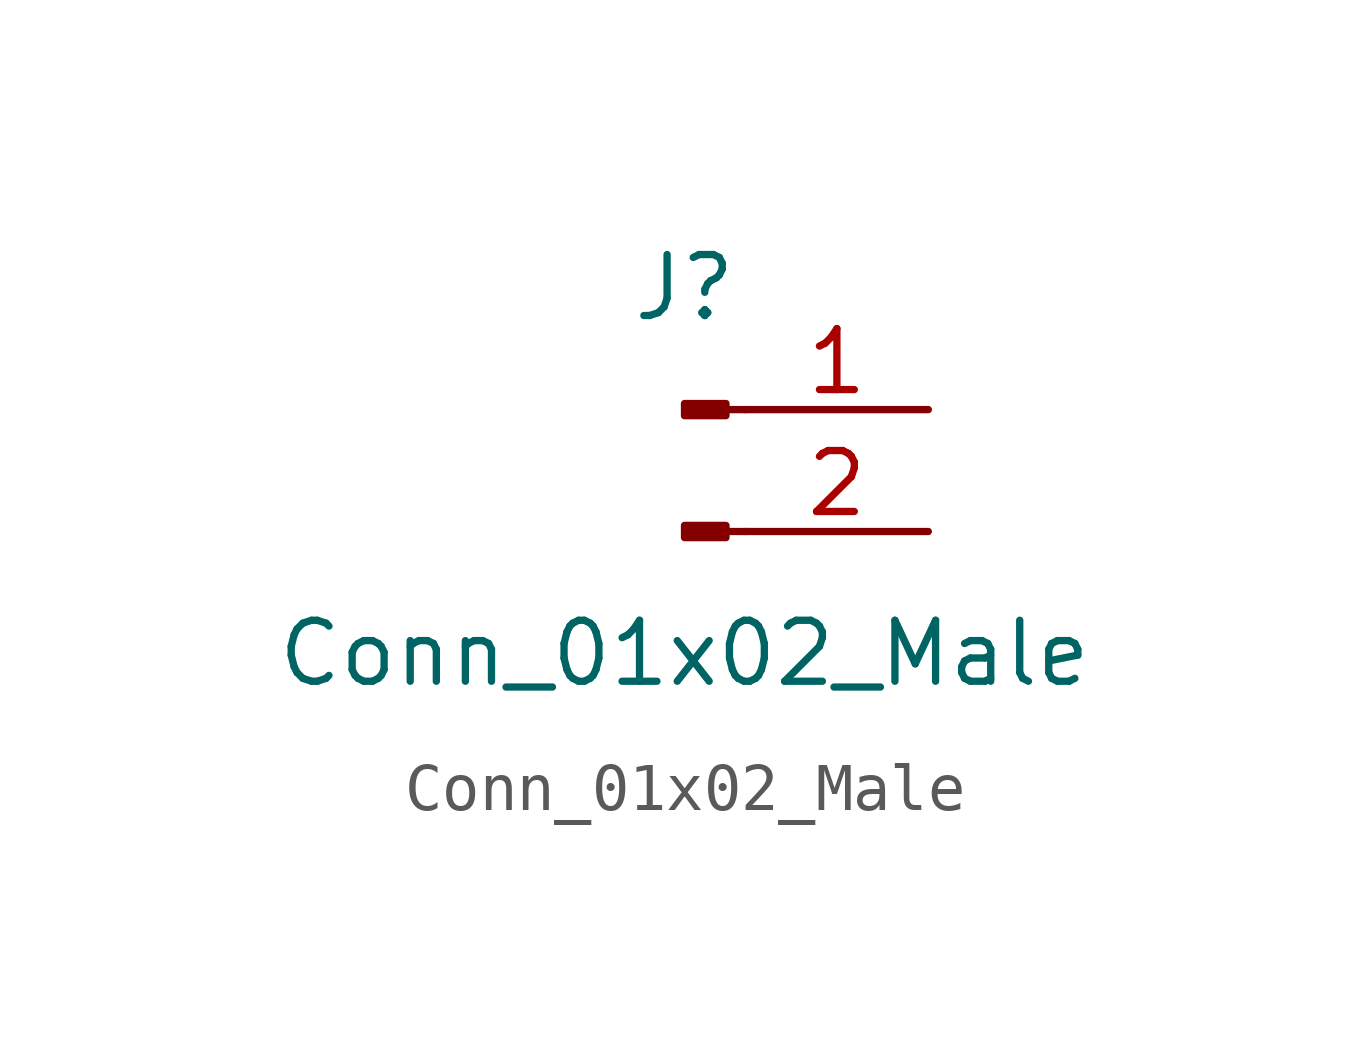
<source format=kicad_sym>
(kicad_symbol_lib
  (version 20210619)
  (generator kicad_symbol_editor)
  (symbol "my_Library:Conn_01x02_Male"
    (pin_names
      (offset 1.016) hide)
    (property "Reference" "J"
      (at 0 2.54 0)
      (effects (font (size 1.27 1.27))))
    (property "Value" "Conn_01x02_Male"
      (at 0 -5.08 0)
      (effects (font (size 1.27 1.27))))
    (symbol "Conn_01x02_Male_1_1"
      (rectangle (start 0.864 -2.413) (end 0 -2.667) (stroke (width 0.152)) (fill (type outline)))
      (rectangle (start 0.864 0.127) (end 0 -0.127) (stroke (width 0.152)) (fill (type outline)))
      (polyline (pts (xy 1.27 -2.54) (xy 0.864 -2.54)) (stroke (width 0.152)) (fill (type none)))
      (polyline (pts (xy 1.27 0) (xy 0.864 0)) (stroke (width 0.152)) (fill (type none)))
      (pin passive line (at 5.08 0 180) (length 3.81) (name "Pin_1" (effects (font (size 1.27 1.27)))) (number "1" (effects (font (size 1.27 1.27)))))
      (pin passive line (at 5.08 -2.54 180) (length 3.81) (name "Pin_2" (effects (font (size 1.27 1.27)))) (number "2" (effects (font (size 1.27 1.27))))))))
</source>
